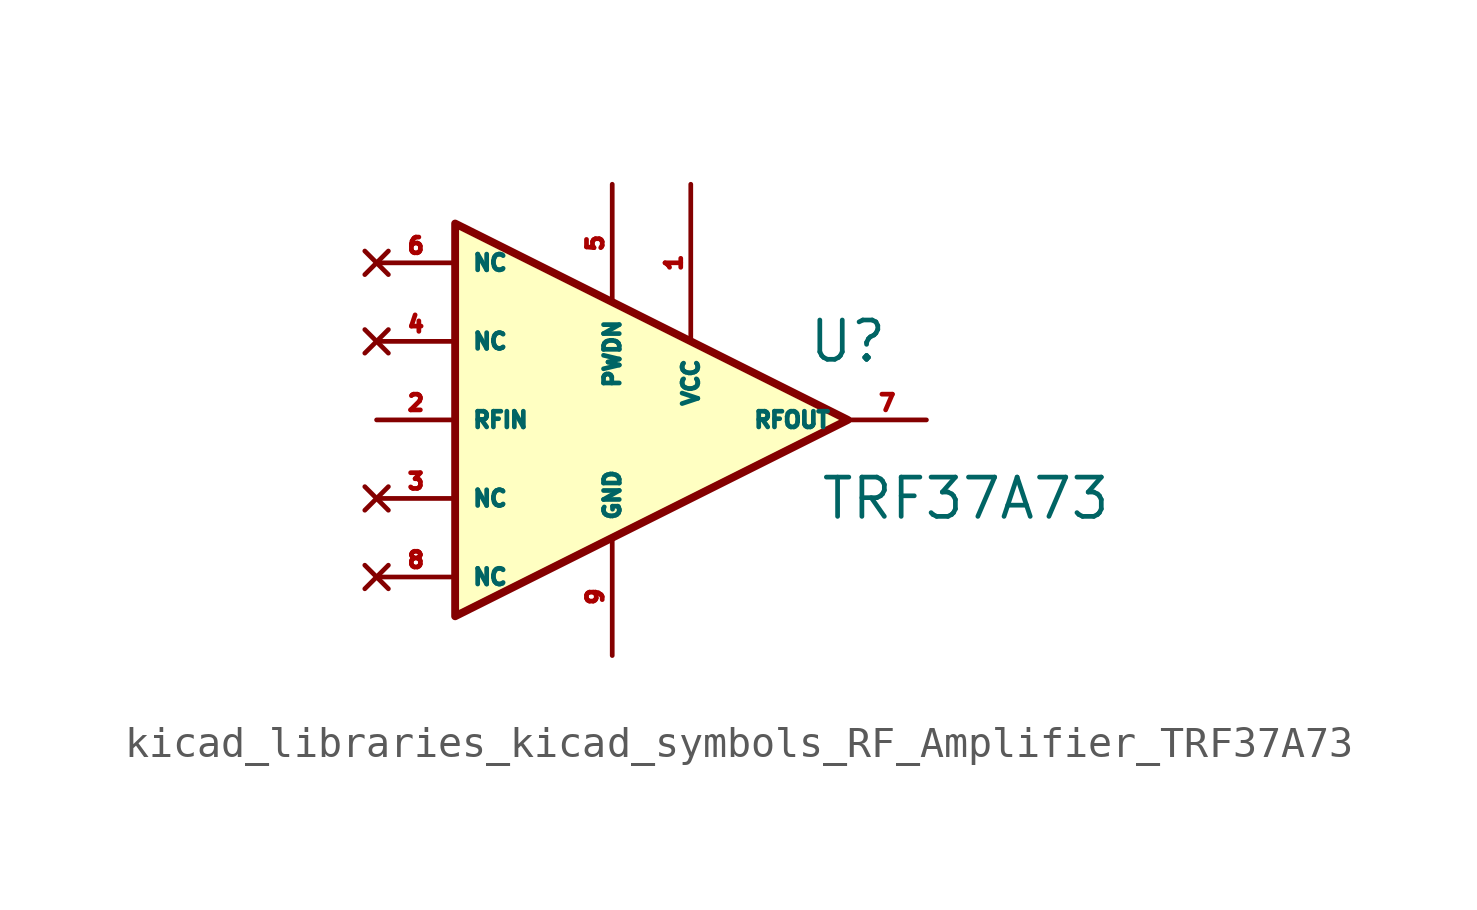
<source format=kicad_sym>
(kicad_symbol_lib
  (version 20220914)
  (generator kicad_symbol_editor)
  (symbol "kicad_libraries_kicad_symbols_RF_Amplifier_TRF37A73"
    (property "Reference" "U"
      (at 7.62 2.54 0)
      (effects (font (size 1.27 1.27))))
    (property "Value" "TRF37A73"
      (at 11.43 -2.54 0)
      (effects (font (size 1.27 1.27))))
    (symbol "kicad_libraries_kicad_symbols_RF_Amplifier_TRF37A73_1_1"
      (polyline (pts (xy -5.08 6.35) (xy -5.08 0) (xy -5.08 -6.35) (xy 7.62 0) (xy -5.08 6.35)) (stroke (width 0.254) (type default)) (fill (type background)))
      (pin power_in line (at 2.54 7.62 270) (length 5.08) (name "VCC" (effects (font (size 0.508 0.508)))) (number "1" (effects (font (size 0.508 0.508)))))
      (pin input line (at -7.62 0 0) (length 2.54) (name "RFIN" (effects (font (size 0.508 0.508)))) (number "2" (effects (font (size 0.508 0.508)))))
      (pin no_connect line (at -7.62 -2.54 0) (length 2.54) (name "NC" (effects (font (size 0.508 0.508)))) (number "3" (effects (font (size 0.508 0.508)))))
      (pin no_connect line (at -7.62 2.54 0) (length 2.54) (name "NC" (effects (font (size 0.508 0.508)))) (number "4" (effects (font (size 0.508 0.508)))))
      (pin passive line (at 0 7.62 270) (length 3.81) (name "PWDN" (effects (font (size 0.508 0.508)))) (number "5" (effects (font (size 0.508 0.508)))))
      (pin no_connect line (at -7.62 5.08 0) (length 2.54) (name "NC" (effects (font (size 0.508 0.508)))) (number "6" (effects (font (size 0.508 0.508)))))
      (pin output line (at 10.16 0 180) (length 2.54) (name "RFOUT" (effects (font (size 0.508 0.508)))) (number "7" (effects (font (size 0.508 0.508)))))
      (pin no_connect line (at -7.62 -5.08 0) (length 2.54) (name "NC" (effects (font (size 0.508 0.508)))) (number "8" (effects (font (size 0.508 0.508)))))
      (pin power_in line (at 0 -7.62 90) (length 3.81) (name "GND" (effects (font (size 0.508 0.508)))) (number "9" (effects (font (size 0.508 0.508))))))))
</source>
